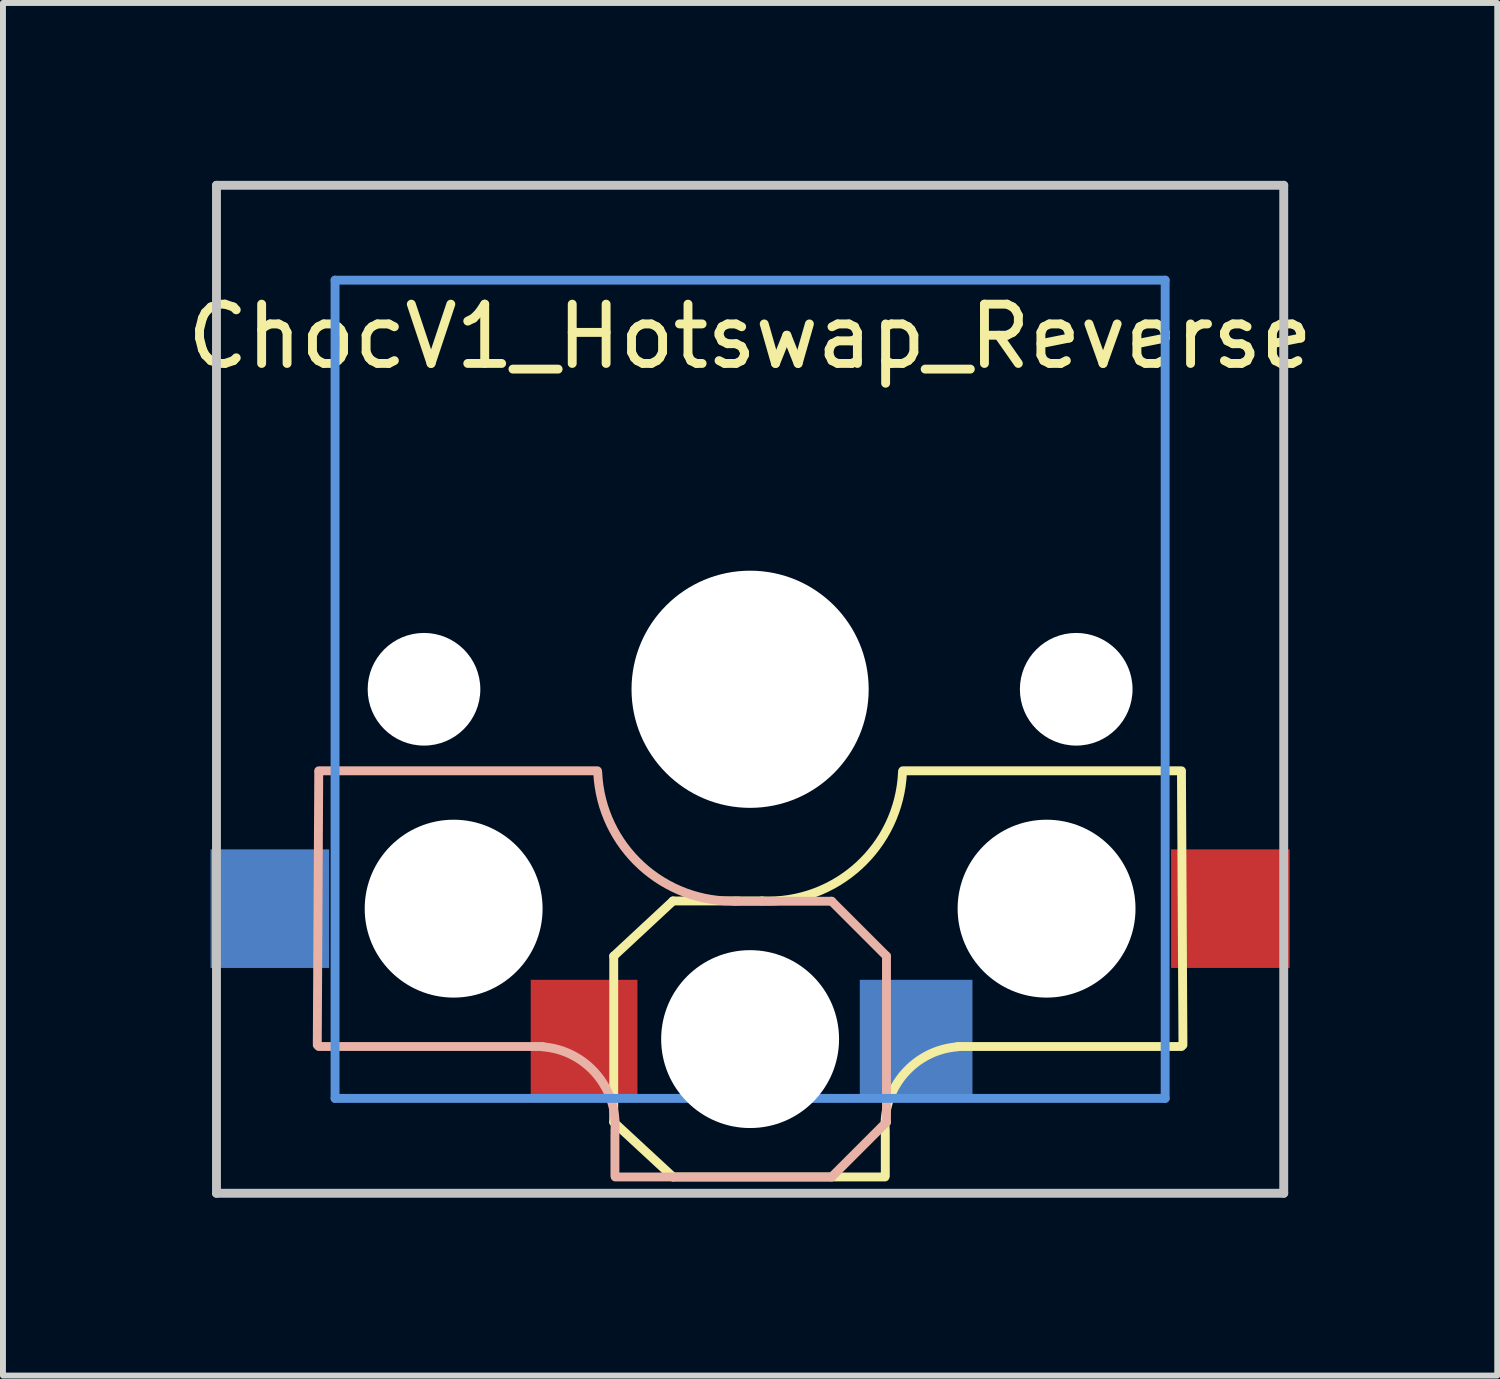
<source format=kicad_pcb>
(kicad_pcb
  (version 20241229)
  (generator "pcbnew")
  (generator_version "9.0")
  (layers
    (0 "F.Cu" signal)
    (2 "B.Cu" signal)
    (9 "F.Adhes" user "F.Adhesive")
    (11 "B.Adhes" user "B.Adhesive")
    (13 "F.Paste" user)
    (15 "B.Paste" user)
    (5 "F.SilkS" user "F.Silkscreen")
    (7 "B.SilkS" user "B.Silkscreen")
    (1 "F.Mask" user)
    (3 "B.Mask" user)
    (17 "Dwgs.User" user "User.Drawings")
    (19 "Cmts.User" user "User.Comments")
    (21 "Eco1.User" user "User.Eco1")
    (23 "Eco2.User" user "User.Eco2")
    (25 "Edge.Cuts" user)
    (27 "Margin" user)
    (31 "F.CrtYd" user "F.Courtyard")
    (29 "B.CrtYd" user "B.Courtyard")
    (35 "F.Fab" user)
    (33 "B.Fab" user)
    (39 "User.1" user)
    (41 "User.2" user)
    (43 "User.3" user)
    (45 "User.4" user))
  (footprint "ChocV1_Hotswap_Reverse"
    (layer "F.Cu")
    (at 9.601 8.575)
    (property "Reference" "ChocV1_Hotswap_Reverse" (at 0 -5.95 0) (layer "F.SilkS") (effects (font (size 1 1) (thickness 0.15))))
    (attr through_hole)
    (fp_line (start -2.3 4.5) (end -2.3 7.3) (stroke (width 0.15) (type solid)) (layer "F.SilkS"))
    (fp_line (start -2.3 4.5) (end -1.3 3.57) (stroke (width 0.15) (type solid)) (layer "F.SilkS"))
    (fp_line (start -2.3 7.3) (end -1.3 8.225) (stroke (width 0.15) (type solid)) (layer "F.SilkS"))
    (fp_line (start -1.3 3.57) (end 0.2 3.57) (stroke (width 0.15) (type solid)) (layer "F.SilkS"))
    (fp_line (start -1.3 8.225) (end 2.275 8.225) (stroke (width 0.15) (type solid)) (layer "F.SilkS"))
    (fp_line (start 2.28 7.5) (end 2.28 8.2) (stroke (width 0.15) (type solid)) (layer "F.SilkS"))
    (fp_line (start 2.575 1.375) (end 7.275 1.375) (stroke (width 0.15) (type solid)) (layer "F.SilkS"))
    (fp_line (start 3.5 6.025) (end 7.275 6.025) (stroke (width 0.15) (type solid)) (layer "F.SilkS"))
    (fp_line (start 7.275 1.4) (end 7.3 6) (stroke (width 0.15) (type solid)) (layer "F.SilkS"))
    (fp_arc (start 2.28 7.45) (mid 2.595908 6.48733) (end 3.5 6.03) (stroke (width 0.15) (type solid)) (layer "F.SilkS"))
    (fp_arc (start 2.57 1.4) (mid 1.834422 2.975843) (end 0.2 3.57) (stroke (width 0.15) (type solid)) (layer "F.SilkS"))
    (fp_line (start -7.275 1.4) (end -7.3 6) (stroke (width 0.15) (type solid)) (layer "B.SilkS"))
    (fp_line (start -3.5 6.025) (end -7.275 6.025) (stroke (width 0.15) (type solid)) (layer "B.SilkS"))
    (fp_line (start -2.575 1.375) (end -7.275 1.375) (stroke (width 0.15) (type solid)) (layer "B.SilkS"))
    (fp_line (start -2.28 7.5) (end -2.28 8.2) (stroke (width 0.15) (type solid)) (layer "B.SilkS"))
    (fp_line (start 1.375 3.575) (end -0.275 3.575) (stroke (width 0.15) (type solid)) (layer "B.SilkS"))
    (fp_line (start 1.375 8.225) (end -2.275 8.225) (stroke (width 0.15) (type solid)) (layer "B.SilkS"))
    (fp_line (start 1.375 8.225) (end 2.3 7.3) (stroke (width 0.15) (type solid)) (layer "B.SilkS"))
    (fp_line (start 2.3 4.5) (end 1.375 3.575) (stroke (width 0.15) (type solid)) (layer "B.SilkS"))
    (fp_line (start 2.3 4.5) (end 2.3 7.3) (stroke (width 0.15) (type solid)) (layer "B.SilkS"))
    (fp_arc (start -3.5 6.03) (mid -2.595908 6.48733) (end -2.28 7.45) (stroke (width 0.15) (type solid)) (layer "B.SilkS"))
    (fp_arc (start -0.2 3.57) (mid -1.834422 2.975843) (end -2.57 1.4) (stroke (width 0.15) (type solid)) (layer "B.SilkS"))
    (fp_line (start -9 -8.5) (end 9 -8.5) (stroke (width 0.15) (type solid)) (layer "Dwgs.User"))
    (fp_line (start -9 8.5) (end -9 -8.5) (stroke (width 0.15) (type solid)) (layer "Dwgs.User"))
    (fp_line (start 9 -8.5) (end 9 8.5) (stroke (width 0.15) (type solid)) (layer "Dwgs.User"))
    (fp_line (start 9 8.5) (end -9 8.5) (stroke (width 0.15) (type solid)) (layer "Dwgs.User"))
    (fp_line (start -7 -6.9) (end 7 -6.9) (stroke (width 0.15) (type solid)) (layer "Cmts.User"))
    (fp_line (start -7 6.9) (end -7 -6.9) (stroke (width 0.15) (type solid)) (layer "Cmts.User"))
    (fp_line (start 7 -6.9) (end 7 6.9) (stroke (width 0.15) (type solid)) (layer "Cmts.User"))
    (fp_line (start 7 6.9) (end -7 6.9) (stroke (width 0.15) (type solid)) (layer "Cmts.User"))
    (fp_line (start 9 -8.5) (end 9 8.5) (stroke (width 0.15) (type solid)) (layer "Eco2.User"))
    (pad "" np_thru_hole circle (at -5.5 0 90) (size 1.9 1.9) (drill 1.9) (layers "*.Cu" "*.Mask"))
    (pad "" np_thru_hole circle (at -5 3.7 90) (size 3 3) (drill 3) (layers "*.Cu" "*.Mask"))
    (pad "" np_thru_hole circle (at 0 0 90) (size 4 4) (drill 4) (layers "*.Cu" "*.Mask"))
    (pad "" np_thru_hole circle (at 0 5.9 90) (size 3 3) (drill 3) (layers "*.Cu" "*.Mask"))
    (pad "" np_thru_hole circle (at 5 3.7 270) (size 3 3) (drill 3) (layers "*.Cu" "*.Mask"))
    (pad "" np_thru_hole circle (at 5.5 0 90) (size 1.9 1.9) (drill 1.9) (layers "*.Cu" "*.Mask"))
    (pad "1" smd rect (at -8.1 3.7 180) (size 2 2) (layers "B.Cu" "B.Mask" "B.Paste"))
    (pad "1" smd rect (at 8.1 3.7 180) (size 2 2) (layers "F.Cu" "F.Mask" "F.Paste"))
    (pad "2" smd rect (at -2.8 5.9 180) (size 1.8 2) (layers "F.Cu" "F.Mask" "F.Paste"))
    (pad "2" smd rect (at 2.8 5.9 180) (size 1.9 2) (layers "B.Cu" "B.Mask" "B.Paste")))
  (gr_rect
    (start -3 -3)
    (end 22.202 20.15)
    (stroke (width 0.1) (type default))
    (fill no)
    (layer "Edge.Cuts")))
</source>
